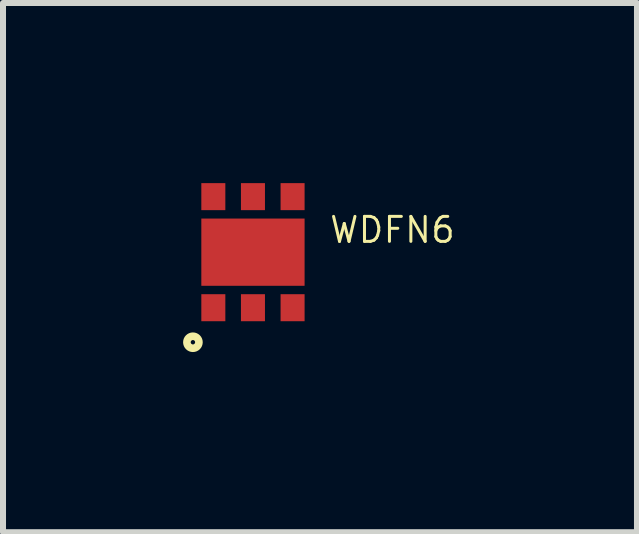
<source format=kicad_pcb>
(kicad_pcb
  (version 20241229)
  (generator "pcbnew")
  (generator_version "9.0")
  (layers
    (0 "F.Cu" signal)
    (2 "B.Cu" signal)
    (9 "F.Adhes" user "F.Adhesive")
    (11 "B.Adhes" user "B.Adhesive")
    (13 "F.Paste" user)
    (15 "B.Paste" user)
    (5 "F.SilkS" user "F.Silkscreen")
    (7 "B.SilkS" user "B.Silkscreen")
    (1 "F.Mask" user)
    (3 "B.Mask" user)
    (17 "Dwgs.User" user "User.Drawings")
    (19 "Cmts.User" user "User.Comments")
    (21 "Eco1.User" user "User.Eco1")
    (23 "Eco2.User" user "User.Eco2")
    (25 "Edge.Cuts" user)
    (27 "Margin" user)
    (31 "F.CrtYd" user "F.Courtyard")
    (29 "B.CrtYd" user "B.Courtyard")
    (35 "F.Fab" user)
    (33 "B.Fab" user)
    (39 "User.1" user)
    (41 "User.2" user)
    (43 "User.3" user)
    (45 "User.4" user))
  (footprint "WDFN6"
    (layer "F.Cu")
    (at 1.163 1.15)
    (property "Reference" "WDFN6" (at 2.323 -0.37 0) (layer "F.SilkS") (effects (font (size 0.416 0.416) (thickness 0.05))))
    (attr smd)
    (fp_circle (center -1 1.5) (end -0.9 1.5) (stroke (width 0.127) (type solid)) (fill no) (layer "F.SilkS"))
    (fp_line (start -1.1 1) (end 1.1 1) (stroke (width 0.127) (type solid)) (layer "Eco2.User"))
    (fp_line (start 1.1 -1) (end -1.1 -1) (stroke (width 0.127) (type solid)) (layer "Eco2.User"))
    (pad "1" smd rect (at -0.66 0.925) (size 0.4 0.45) (layers "F.Cu" "F.Mask" "F.Paste"))
    (pad "2" smd rect (at 0 0.925) (size 0.4 0.45) (layers "F.Cu" "F.Mask" "F.Paste"))
    (pad "3" smd rect (at 0.66 0.925) (size 0.4 0.45) (layers "F.Cu" "F.Mask" "F.Paste"))
    (pad "4" smd rect (at 0.66 -0.925) (size 0.4 0.45) (layers "F.Cu" "F.Mask" "F.Paste"))
    (pad "5" smd rect (at 0 -0.925) (size 0.4 0.45) (layers "F.Cu" "F.Mask" "F.Paste"))
    (pad "6" smd rect (at -0.66 -0.925) (size 0.4 0.45) (layers "F.Cu" "F.Mask" "F.Paste"))
    (pad "GND" smd rect (at 0 0) (size 1.72 1.12) (layers "F.Cu" "F.Mask" "F.Paste")))
  (gr_rect
    (start -3 -3)
    (end 7.559 5.814)
    (stroke (width 0.1) (type default))
    (fill no)
    (layer "Edge.Cuts")))
</source>
